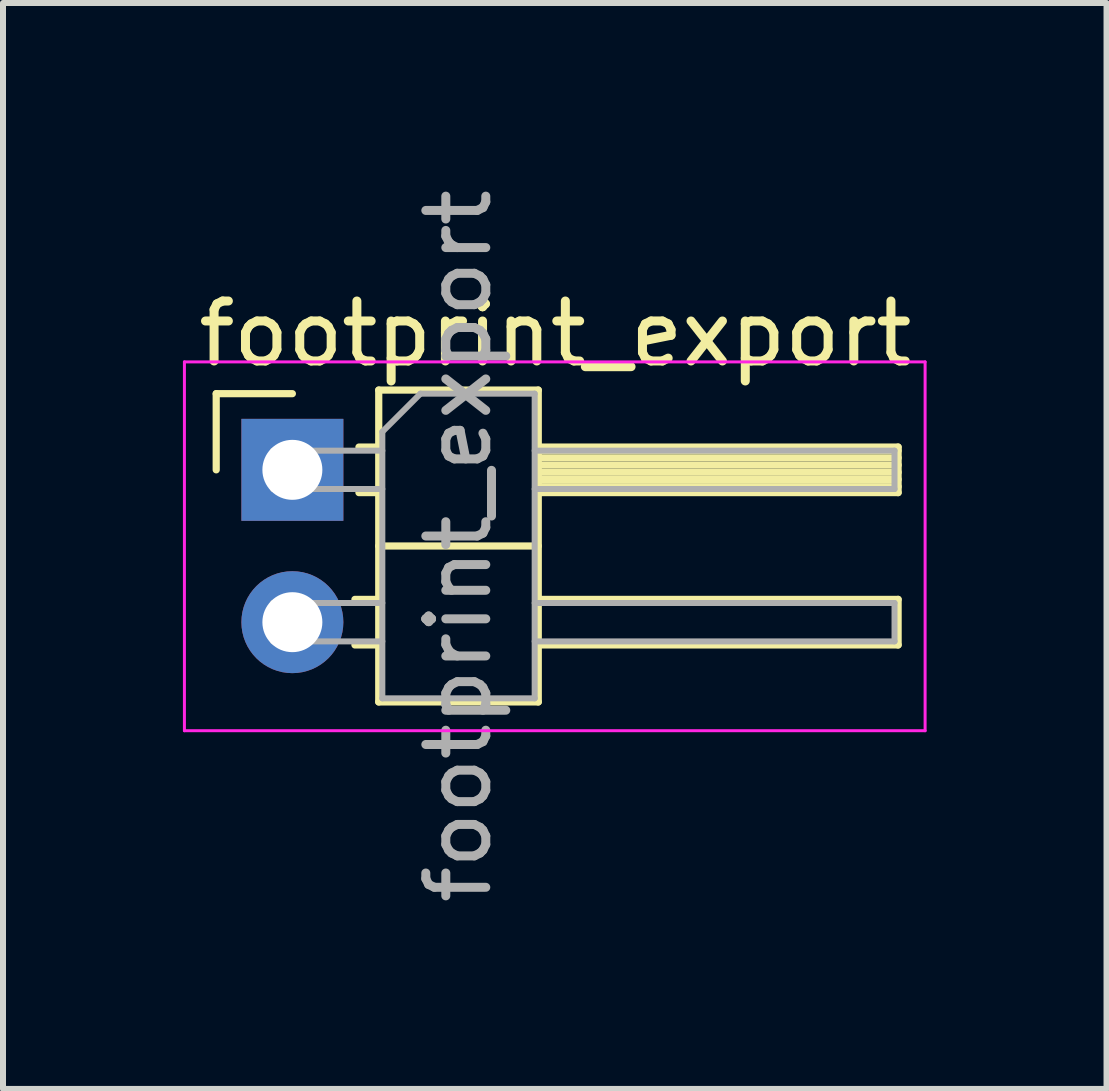
<source format=kicad_pcb>
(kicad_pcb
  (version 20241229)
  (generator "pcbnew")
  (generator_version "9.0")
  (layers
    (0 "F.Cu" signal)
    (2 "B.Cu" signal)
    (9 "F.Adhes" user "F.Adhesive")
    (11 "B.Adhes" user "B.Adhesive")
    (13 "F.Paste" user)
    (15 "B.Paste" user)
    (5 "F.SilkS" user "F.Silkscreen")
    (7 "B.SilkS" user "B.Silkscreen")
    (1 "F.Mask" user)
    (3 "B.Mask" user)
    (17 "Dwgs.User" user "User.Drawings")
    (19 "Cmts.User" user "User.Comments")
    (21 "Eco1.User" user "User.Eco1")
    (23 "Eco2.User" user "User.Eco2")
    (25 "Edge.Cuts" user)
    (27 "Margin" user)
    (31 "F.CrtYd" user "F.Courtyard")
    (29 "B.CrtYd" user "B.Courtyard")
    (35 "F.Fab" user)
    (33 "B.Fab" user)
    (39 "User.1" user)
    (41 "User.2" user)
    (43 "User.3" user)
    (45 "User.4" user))
  (footprint "footprint_export"
    (layer "F.Cu")
    (at 1.825 4.784)
    (property "Reference" "footprint_export" (at 4.385 -2.27 0) (layer "F.SilkS") (effects (font (size 1 1) (thickness 0.15))))
    (attr through_hole)
    (fp_line (start -1.27 -1.27) (end 0 -1.27) (stroke (width 0.12) (type solid)) (layer "F.SilkS"))
    (fp_line (start -1.27 0) (end -1.27 -1.27) (stroke (width 0.12) (type solid)) (layer "F.SilkS"))
    (fp_line (start 1.043 2.16) (end 1.44 2.16) (stroke (width 0.12) (type solid)) (layer "F.SilkS"))
    (fp_line (start 1.043 2.92) (end 1.44 2.92) (stroke (width 0.12) (type solid)) (layer "F.SilkS"))
    (fp_line (start 1.11 -0.38) (end 1.44 -0.38) (stroke (width 0.12) (type solid)) (layer "F.SilkS"))
    (fp_line (start 1.11 0.38) (end 1.44 0.38) (stroke (width 0.12) (type solid)) (layer "F.SilkS"))
    (fp_line (start 1.44 -1.33) (end 1.44 3.87) (stroke (width 0.12) (type solid)) (layer "F.SilkS"))
    (fp_line (start 1.44 1.27) (end 4.1 1.27) (stroke (width 0.12) (type solid)) (layer "F.SilkS"))
    (fp_line (start 1.44 3.87) (end 4.1 3.87) (stroke (width 0.12) (type solid)) (layer "F.SilkS"))
    (fp_line (start 4.1 -1.33) (end 1.44 -1.33) (stroke (width 0.12) (type solid)) (layer "F.SilkS"))
    (fp_line (start 4.1 -0.38) (end 10.1 -0.38) (stroke (width 0.12) (type solid)) (layer "F.SilkS"))
    (fp_line (start 4.1 -0.32) (end 10.1 -0.32) (stroke (width 0.12) (type solid)) (layer "F.SilkS"))
    (fp_line (start 4.1 -0.2) (end 10.1 -0.2) (stroke (width 0.12) (type solid)) (layer "F.SilkS"))
    (fp_line (start 4.1 -0.08) (end 10.1 -0.08) (stroke (width 0.12) (type solid)) (layer "F.SilkS"))
    (fp_line (start 4.1 0.04) (end 10.1 0.04) (stroke (width 0.12) (type solid)) (layer "F.SilkS"))
    (fp_line (start 4.1 0.16) (end 10.1 0.16) (stroke (width 0.12) (type solid)) (layer "F.SilkS"))
    (fp_line (start 4.1 0.28) (end 10.1 0.28) (stroke (width 0.12) (type solid)) (layer "F.SilkS"))
    (fp_line (start 4.1 2.16) (end 10.1 2.16) (stroke (width 0.12) (type solid)) (layer "F.SilkS"))
    (fp_line (start 4.1 3.87) (end 4.1 -1.33) (stroke (width 0.12) (type solid)) (layer "F.SilkS"))
    (fp_line (start 10.1 -0.38) (end 10.1 0.38) (stroke (width 0.12) (type solid)) (layer "F.SilkS"))
    (fp_line (start 10.1 0.38) (end 4.1 0.38) (stroke (width 0.12) (type solid)) (layer "F.SilkS"))
    (fp_line (start 10.1 2.16) (end 10.1 2.92) (stroke (width 0.12) (type solid)) (layer "F.SilkS"))
    (fp_line (start 10.1 2.92) (end 4.1 2.92) (stroke (width 0.12) (type solid)) (layer "F.SilkS"))
    (fp_line (start -1.8 -1.8) (end -1.8 4.35) (stroke (width 0.05) (type solid)) (layer "F.CrtYd"))
    (fp_line (start -1.8 4.35) (end 10.55 4.35) (stroke (width 0.05) (type solid)) (layer "F.CrtYd"))
    (fp_line (start 10.55 -1.8) (end -1.8 -1.8) (stroke (width 0.05) (type solid)) (layer "F.CrtYd"))
    (fp_line (start 10.55 4.35) (end 10.55 -1.8) (stroke (width 0.05) (type solid)) (layer "F.CrtYd"))
    (fp_line (start -0.32 -0.32) (end -0.32 0.32) (stroke (width 0.1) (type solid)) (layer "F.Fab"))
    (fp_line (start -0.32 -0.32) (end 1.5 -0.32) (stroke (width 0.1) (type solid)) (layer "F.Fab"))
    (fp_line (start -0.32 0.32) (end 1.5 0.32) (stroke (width 0.1) (type solid)) (layer "F.Fab"))
    (fp_line (start -0.32 2.22) (end -0.32 2.86) (stroke (width 0.1) (type solid)) (layer "F.Fab"))
    (fp_line (start -0.32 2.22) (end 1.5 2.22) (stroke (width 0.1) (type solid)) (layer "F.Fab"))
    (fp_line (start -0.32 2.86) (end 1.5 2.86) (stroke (width 0.1) (type solid)) (layer "F.Fab"))
    (fp_line (start 1.5 -0.635) (end 2.135 -1.27) (stroke (width 0.1) (type solid)) (layer "F.Fab"))
    (fp_line (start 1.5 3.81) (end 1.5 -0.635) (stroke (width 0.1) (type solid)) (layer "F.Fab"))
    (fp_line (start 2.135 -1.27) (end 4.04 -1.27) (stroke (width 0.1) (type solid)) (layer "F.Fab"))
    (fp_line (start 4.04 -1.27) (end 4.04 3.81) (stroke (width 0.1) (type solid)) (layer "F.Fab"))
    (fp_line (start 4.04 -0.32) (end 10.04 -0.32) (stroke (width 0.1) (type solid)) (layer "F.Fab"))
    (fp_line (start 4.04 0.32) (end 10.04 0.32) (stroke (width 0.1) (type solid)) (layer "F.Fab"))
    (fp_line (start 4.04 2.22) (end 10.04 2.22) (stroke (width 0.1) (type solid)) (layer "F.Fab"))
    (fp_line (start 4.04 2.86) (end 10.04 2.86) (stroke (width 0.1) (type solid)) (layer "F.Fab"))
    (fp_line (start 4.04 3.81) (end 1.5 3.81) (stroke (width 0.1) (type solid)) (layer "F.Fab"))
    (fp_line (start 10.04 -0.32) (end 10.04 0.32) (stroke (width 0.1) (type solid)) (layer "F.Fab"))
    (fp_line (start 10.04 2.22) (end 10.04 2.86) (stroke (width 0.1) (type solid)) (layer "F.Fab"))
    (fp_text user "${REFERENCE}" (at 2.77 1.27 90) (layer "F.Fab") (effects (font (size 1 1) (thickness 0.15))))
    (pad "1" thru_hole rect (at 0 0) (size 1.7 1.7) (drill 1) (layers "*.Cu" "*.Mask"))
    (pad "2" thru_hole oval (at 0 2.54) (size 1.7 1.7) (drill 1) (layers "*.Cu" "*.Mask")))
  (gr_rect
    (start -3 -3)
    (end 15.4 15.107)
    (stroke (width 0.1) (type default))
    (fill no)
    (layer "Edge.Cuts")))
</source>
